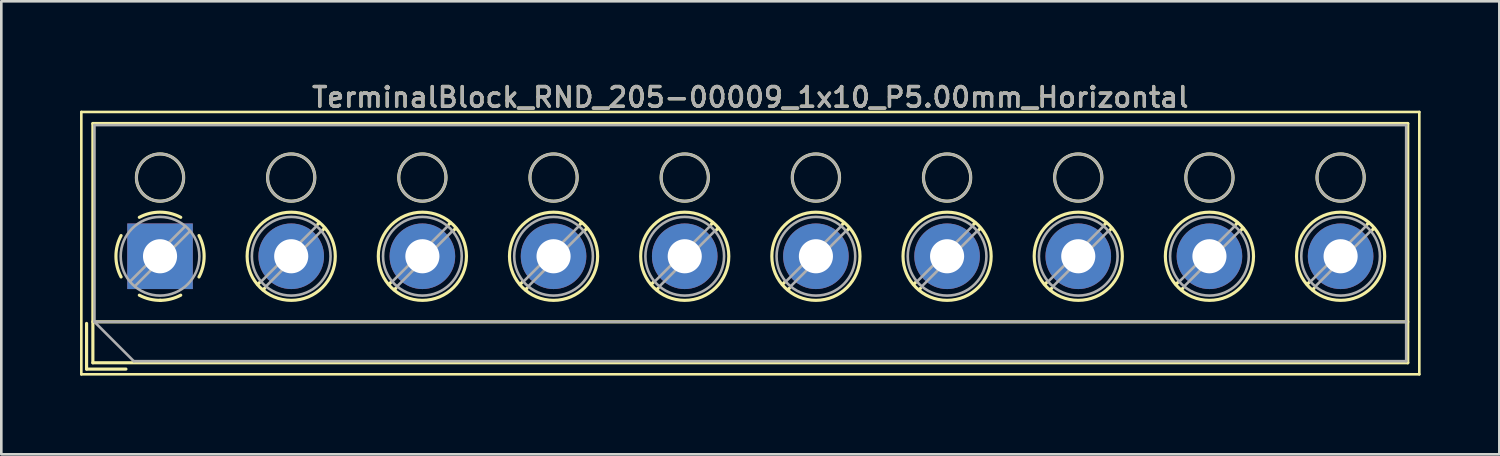
<source format=kicad_pcb>
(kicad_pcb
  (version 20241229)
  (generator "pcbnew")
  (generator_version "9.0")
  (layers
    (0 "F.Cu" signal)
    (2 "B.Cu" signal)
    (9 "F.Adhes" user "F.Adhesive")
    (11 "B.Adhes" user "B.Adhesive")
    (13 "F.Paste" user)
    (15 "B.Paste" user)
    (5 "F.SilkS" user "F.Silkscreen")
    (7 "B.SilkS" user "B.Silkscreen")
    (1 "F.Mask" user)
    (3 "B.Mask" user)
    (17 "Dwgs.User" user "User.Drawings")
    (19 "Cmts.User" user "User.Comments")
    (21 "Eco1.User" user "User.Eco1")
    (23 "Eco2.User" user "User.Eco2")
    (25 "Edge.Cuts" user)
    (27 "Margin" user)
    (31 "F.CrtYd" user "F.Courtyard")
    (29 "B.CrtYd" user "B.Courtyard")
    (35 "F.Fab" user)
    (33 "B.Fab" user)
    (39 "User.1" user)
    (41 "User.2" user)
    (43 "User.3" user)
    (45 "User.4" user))
  (footprint "TerminalBlock_RND_205-00009_1x10_P5.00mm_Horizontal"
    (layer "F.Cu")
    (at 3.05 6.718)
    (property "Reference" "TerminalBlock_RND_205-00009_1x10_P5.00mm_Horizontal" (at 22.5 -6.06 0) (layer "F.SilkS") (effects (font (size 0.75 0.75) (thickness 0.125))))
    (attr through_hole)
    (fp_line (start -3 -5.5) (end -3 4.5) (stroke (width 0.1) (type solid)) (layer "F.SilkS"))
    (fp_line (start -3 4.5) (end 48 4.5) (stroke (width 0.1) (type solid)) (layer "F.SilkS"))
    (fp_line (start -2.8 2.56) (end -2.8 4.3) (stroke (width 0.12) (type solid)) (layer "F.SilkS"))
    (fp_line (start -2.8 4.3) (end -1.3 4.3) (stroke (width 0.12) (type solid)) (layer "F.SilkS"))
    (fp_line (start -2.56 -5.06) (end -2.56 4.06) (stroke (width 0.12) (type solid)) (layer "F.SilkS"))
    (fp_line (start -2.56 -5.06) (end 47.56 -5.06) (stroke (width 0.12) (type solid)) (layer "F.SilkS"))
    (fp_line (start -2.56 2.5) (end 47.56 2.5) (stroke (width 0.12) (type solid)) (layer "F.SilkS"))
    (fp_line (start -2.56 4.06) (end 47.56 4.06) (stroke (width 0.12) (type solid)) (layer "F.SilkS"))
    (fp_line (start 3.82 0.976) (end 3.726 1.069) (stroke (width 0.12) (type solid)) (layer "F.SilkS"))
    (fp_line (start 3.99 1.216) (end 3.931 1.274) (stroke (width 0.12) (type solid)) (layer "F.SilkS"))
    (fp_line (start 6.07 -1.275) (end 6.011 -1.216) (stroke (width 0.12) (type solid)) (layer "F.SilkS"))
    (fp_line (start 6.275 -1.069) (end 6.181 -0.976) (stroke (width 0.12) (type solid)) (layer "F.SilkS"))
    (fp_line (start 8.82 0.976) (end 8.726 1.069) (stroke (width 0.12) (type solid)) (layer "F.SilkS"))
    (fp_line (start 8.99 1.216) (end 8.931 1.274) (stroke (width 0.12) (type solid)) (layer "F.SilkS"))
    (fp_line (start 11.07 -1.275) (end 11.011 -1.216) (stroke (width 0.12) (type solid)) (layer "F.SilkS"))
    (fp_line (start 11.275 -1.069) (end 11.181 -0.976) (stroke (width 0.12) (type solid)) (layer "F.SilkS"))
    (fp_line (start 13.82 0.976) (end 13.726 1.069) (stroke (width 0.12) (type solid)) (layer "F.SilkS"))
    (fp_line (start 13.99 1.216) (end 13.931 1.274) (stroke (width 0.12) (type solid)) (layer "F.SilkS"))
    (fp_line (start 16.07 -1.275) (end 16.011 -1.216) (stroke (width 0.12) (type solid)) (layer "F.SilkS"))
    (fp_line (start 16.275 -1.069) (end 16.181 -0.976) (stroke (width 0.12) (type solid)) (layer "F.SilkS"))
    (fp_line (start 18.82 0.976) (end 18.726 1.069) (stroke (width 0.12) (type solid)) (layer "F.SilkS"))
    (fp_line (start 18.99 1.216) (end 18.931 1.274) (stroke (width 0.12) (type solid)) (layer "F.SilkS"))
    (fp_line (start 21.07 -1.275) (end 21.011 -1.216) (stroke (width 0.12) (type solid)) (layer "F.SilkS"))
    (fp_line (start 21.275 -1.069) (end 21.181 -0.976) (stroke (width 0.12) (type solid)) (layer "F.SilkS"))
    (fp_line (start 23.82 0.976) (end 23.726 1.069) (stroke (width 0.12) (type solid)) (layer "F.SilkS"))
    (fp_line (start 23.99 1.216) (end 23.931 1.274) (stroke (width 0.12) (type solid)) (layer "F.SilkS"))
    (fp_line (start 26.07 -1.275) (end 26.011 -1.216) (stroke (width 0.12) (type solid)) (layer "F.SilkS"))
    (fp_line (start 26.275 -1.069) (end 26.181 -0.976) (stroke (width 0.12) (type solid)) (layer "F.SilkS"))
    (fp_line (start 28.82 0.976) (end 28.726 1.069) (stroke (width 0.12) (type solid)) (layer "F.SilkS"))
    (fp_line (start 28.99 1.216) (end 28.931 1.274) (stroke (width 0.12) (type solid)) (layer "F.SilkS"))
    (fp_line (start 31.07 -1.275) (end 31.011 -1.216) (stroke (width 0.12) (type solid)) (layer "F.SilkS"))
    (fp_line (start 31.275 -1.069) (end 31.181 -0.976) (stroke (width 0.12) (type solid)) (layer "F.SilkS"))
    (fp_line (start 33.82 0.976) (end 33.726 1.069) (stroke (width 0.12) (type solid)) (layer "F.SilkS"))
    (fp_line (start 33.99 1.216) (end 33.931 1.274) (stroke (width 0.12) (type solid)) (layer "F.SilkS"))
    (fp_line (start 36.07 -1.275) (end 36.011 -1.216) (stroke (width 0.12) (type solid)) (layer "F.SilkS"))
    (fp_line (start 36.275 -1.069) (end 36.181 -0.976) (stroke (width 0.12) (type solid)) (layer "F.SilkS"))
    (fp_line (start 38.82 0.976) (end 38.726 1.069) (stroke (width 0.12) (type solid)) (layer "F.SilkS"))
    (fp_line (start 38.99 1.216) (end 38.931 1.274) (stroke (width 0.12) (type solid)) (layer "F.SilkS"))
    (fp_line (start 41.07 -1.275) (end 41.011 -1.216) (stroke (width 0.12) (type solid)) (layer "F.SilkS"))
    (fp_line (start 41.275 -1.069) (end 41.181 -0.976) (stroke (width 0.12) (type solid)) (layer "F.SilkS"))
    (fp_line (start 43.82 0.976) (end 43.726 1.069) (stroke (width 0.12) (type solid)) (layer "F.SilkS"))
    (fp_line (start 43.99 1.216) (end 43.931 1.274) (stroke (width 0.12) (type solid)) (layer "F.SilkS"))
    (fp_line (start 46.07 -1.275) (end 46.011 -1.216) (stroke (width 0.12) (type solid)) (layer "F.SilkS"))
    (fp_line (start 46.275 -1.069) (end 46.181 -0.976) (stroke (width 0.12) (type solid)) (layer "F.SilkS"))
    (fp_line (start 47.56 -5.06) (end 47.56 4.06) (stroke (width 0.12) (type solid)) (layer "F.SilkS"))
    (fp_line (start 48 -5.5) (end -3 -5.5) (stroke (width 0.1) (type solid)) (layer "F.SilkS"))
    (fp_line (start 48 4.5) (end 48 -5.5) (stroke (width 0.1) (type solid)) (layer "F.SilkS"))
    (fp_arc (start -1.483953 0.789089) (mid -1.680708 0.00005) (end -1.484 -0.789) (stroke (width 0.12) (type solid)) (layer "F.SilkS"))
    (fp_arc (start -0.789089 -1.483953) (mid -0.00005 -1.680708) (end 0.789 -1.484) (stroke (width 0.12) (type solid)) (layer "F.SilkS"))
    (fp_arc (start 0.029383 1.68045) (mid -0.392304 1.634281) (end -0.789 1.484) (stroke (width 0.12) (type solid)) (layer "F.SilkS"))
    (fp_arc (start 0.788712 1.483352) (mid 0.406429 1.630097) (end 0 1.68) (stroke (width 0.12) (type solid)) (layer "F.SilkS"))
    (fp_arc (start 1.483953 -0.789089) (mid 1.680708 -0.00005) (end 1.484 0.789) (stroke (width 0.12) (type solid)) (layer "F.SilkS"))
    (fp_circle (center 0 -3) (end 0.9 -3) (stroke (width 0.12) (type solid)) (fill no) (layer "F.SilkS"))
    (fp_circle (center 5 -3) (end 5.9 -3) (stroke (width 0.12) (type solid)) (fill no) (layer "F.SilkS"))
    (fp_circle (center 5 0) (end 6.68 0) (stroke (width 0.12) (type solid)) (fill no) (layer "F.SilkS"))
    (fp_circle (center 10 -3) (end 10.9 -3) (stroke (width 0.12) (type solid)) (fill no) (layer "F.SilkS"))
    (fp_circle (center 10 0) (end 11.68 0) (stroke (width 0.12) (type solid)) (fill no) (layer "F.SilkS"))
    (fp_circle (center 15 -3) (end 15.9 -3) (stroke (width 0.12) (type solid)) (fill no) (layer "F.SilkS"))
    (fp_circle (center 15 0) (end 16.68 0) (stroke (width 0.12) (type solid)) (fill no) (layer "F.SilkS"))
    (fp_circle (center 20 -3) (end 20.9 -3) (stroke (width 0.12) (type solid)) (fill no) (layer "F.SilkS"))
    (fp_circle (center 20 0) (end 21.68 0) (stroke (width 0.12) (type solid)) (fill no) (layer "F.SilkS"))
    (fp_circle (center 25 -3) (end 25.9 -3) (stroke (width 0.12) (type solid)) (fill no) (layer "F.SilkS"))
    (fp_circle (center 25 0) (end 26.68 0) (stroke (width 0.12) (type solid)) (fill no) (layer "F.SilkS"))
    (fp_circle (center 30 -3) (end 30.9 -3) (stroke (width 0.12) (type solid)) (fill no) (layer "F.SilkS"))
    (fp_circle (center 30 0) (end 31.68 0) (stroke (width 0.12) (type solid)) (fill no) (layer "F.SilkS"))
    (fp_circle (center 35 -3) (end 35.9 -3) (stroke (width 0.12) (type solid)) (fill no) (layer "F.SilkS"))
    (fp_circle (center 35 0) (end 36.68 0) (stroke (width 0.12) (type solid)) (fill no) (layer "F.SilkS"))
    (fp_circle (center 40 -3) (end 40.9 -3) (stroke (width 0.12) (type solid)) (fill no) (layer "F.SilkS"))
    (fp_circle (center 40 0) (end 41.68 0) (stroke (width 0.12) (type solid)) (fill no) (layer "F.SilkS"))
    (fp_circle (center 45 -3) (end 45.9 -3) (stroke (width 0.12) (type solid)) (fill no) (layer "F.SilkS"))
    (fp_circle (center 45 0) (end 46.68 0) (stroke (width 0.12) (type solid)) (fill no) (layer "F.SilkS"))
    (fp_line (start -2.5 -5) (end 47.5 -5) (stroke (width 0.1) (type solid)) (layer "F.Fab"))
    (fp_line (start -2.5 2.5) (end -2.5 -5) (stroke (width 0.1) (type solid)) (layer "F.Fab"))
    (fp_line (start -2.5 2.5) (end 47.5 2.5) (stroke (width 0.1) (type solid)) (layer "F.Fab"))
    (fp_line (start -1 4) (end -2.5 2.5) (stroke (width 0.1) (type solid)) (layer "F.Fab"))
    (fp_line (start 0.955 -1.138) (end -1.138 0.955) (stroke (width 0.1) (type solid)) (layer "F.Fab"))
    (fp_line (start 1.138 -0.955) (end -0.955 1.138) (stroke (width 0.1) (type solid)) (layer "F.Fab"))
    (fp_line (start 5.955 -1.138) (end 3.863 0.955) (stroke (width 0.1) (type solid)) (layer "F.Fab"))
    (fp_line (start 6.138 -0.955) (end 4.046 1.138) (stroke (width 0.1) (type solid)) (layer "F.Fab"))
    (fp_line (start 10.955 -1.138) (end 8.863 0.955) (stroke (width 0.1) (type solid)) (layer "F.Fab"))
    (fp_line (start 11.138 -0.955) (end 9.046 1.138) (stroke (width 0.1) (type solid)) (layer "F.Fab"))
    (fp_line (start 15.955 -1.138) (end 13.863 0.955) (stroke (width 0.1) (type solid)) (layer "F.Fab"))
    (fp_line (start 16.138 -0.955) (end 14.046 1.138) (stroke (width 0.1) (type solid)) (layer "F.Fab"))
    (fp_line (start 20.955 -1.138) (end 18.863 0.955) (stroke (width 0.1) (type solid)) (layer "F.Fab"))
    (fp_line (start 21.138 -0.955) (end 19.046 1.138) (stroke (width 0.1) (type solid)) (layer "F.Fab"))
    (fp_line (start 25.955 -1.138) (end 23.863 0.955) (stroke (width 0.1) (type solid)) (layer "F.Fab"))
    (fp_line (start 26.138 -0.955) (end 24.046 1.138) (stroke (width 0.1) (type solid)) (layer "F.Fab"))
    (fp_line (start 30.955 -1.138) (end 28.863 0.955) (stroke (width 0.1) (type solid)) (layer "F.Fab"))
    (fp_line (start 31.138 -0.955) (end 29.046 1.138) (stroke (width 0.1) (type solid)) (layer "F.Fab"))
    (fp_line (start 35.955 -1.138) (end 33.863 0.955) (stroke (width 0.1) (type solid)) (layer "F.Fab"))
    (fp_line (start 36.138 -0.955) (end 34.046 1.138) (stroke (width 0.1) (type solid)) (layer "F.Fab"))
    (fp_line (start 40.955 -1.138) (end 38.863 0.955) (stroke (width 0.1) (type solid)) (layer "F.Fab"))
    (fp_line (start 41.138 -0.955) (end 39.046 1.138) (stroke (width 0.1) (type solid)) (layer "F.Fab"))
    (fp_line (start 45.955 -1.138) (end 43.863 0.955) (stroke (width 0.1) (type solid)) (layer "F.Fab"))
    (fp_line (start 46.138 -0.955) (end 44.046 1.138) (stroke (width 0.1) (type solid)) (layer "F.Fab"))
    (fp_line (start 47.5 -5) (end 47.5 4) (stroke (width 0.1) (type solid)) (layer "F.Fab"))
    (fp_line (start 47.5 4) (end -1 4) (stroke (width 0.1) (type solid)) (layer "F.Fab"))
    (fp_circle (center 0 -3) (end 0.9 -3) (stroke (width 0.1) (type solid)) (fill no) (layer "F.Fab"))
    (fp_circle (center 0 0) (end 1.5 0) (stroke (width 0.1) (type solid)) (fill no) (layer "F.Fab"))
    (fp_circle (center 5 -3) (end 5.9 -3) (stroke (width 0.1) (type solid)) (fill no) (layer "F.Fab"))
    (fp_circle (center 5 0) (end 6.5 0) (stroke (width 0.1) (type solid)) (fill no) (layer "F.Fab"))
    (fp_circle (center 10 -3) (end 10.9 -3) (stroke (width 0.1) (type solid)) (fill no) (layer "F.Fab"))
    (fp_circle (center 10 0) (end 11.5 0) (stroke (width 0.1) (type solid)) (fill no) (layer "F.Fab"))
    (fp_circle (center 15 -3) (end 15.9 -3) (stroke (width 0.1) (type solid)) (fill no) (layer "F.Fab"))
    (fp_circle (center 15 0) (end 16.5 0) (stroke (width 0.1) (type solid)) (fill no) (layer "F.Fab"))
    (fp_circle (center 20 -3) (end 20.9 -3) (stroke (width 0.1) (type solid)) (fill no) (layer "F.Fab"))
    (fp_circle (center 20 0) (end 21.5 0) (stroke (width 0.1) (type solid)) (fill no) (layer "F.Fab"))
    (fp_circle (center 25 -3) (end 25.9 -3) (stroke (width 0.1) (type solid)) (fill no) (layer "F.Fab"))
    (fp_circle (center 25 0) (end 26.5 0) (stroke (width 0.1) (type solid)) (fill no) (layer "F.Fab"))
    (fp_circle (center 30 -3) (end 30.9 -3) (stroke (width 0.1) (type solid)) (fill no) (layer "F.Fab"))
    (fp_circle (center 30 0) (end 31.5 0) (stroke (width 0.1) (type solid)) (fill no) (layer "F.Fab"))
    (fp_circle (center 35 -3) (end 35.9 -3) (stroke (width 0.1) (type solid)) (fill no) (layer "F.Fab"))
    (fp_circle (center 35 0) (end 36.5 0) (stroke (width 0.1) (type solid)) (fill no) (layer "F.Fab"))
    (fp_circle (center 40 -3) (end 40.9 -3) (stroke (width 0.1) (type solid)) (fill no) (layer "F.Fab"))
    (fp_circle (center 40 0) (end 41.5 0) (stroke (width 0.1) (type solid)) (fill no) (layer "F.Fab"))
    (fp_circle (center 45 -3) (end 45.9 -3) (stroke (width 0.1) (type solid)) (fill no) (layer "F.Fab"))
    (fp_circle (center 45 0) (end 46.5 0) (stroke (width 0.1) (type solid)) (fill no) (layer "F.Fab"))
    (fp_text user "${REFERENCE}" (at 22.5 -6.06 0) (layer "F.Fab") (effects (font (size 0.75 0.75) (thickness 0.125))))
    (pad "1" thru_hole rect (at 0 0) (size 2.5 2.5) (drill 1.3) (layers "*.Cu" "*.Mask"))
    (pad "2" thru_hole circle (at 5 0) (size 2.5 2.5) (drill 1.3) (layers "*.Cu" "*.Mask"))
    (pad "3" thru_hole circle (at 10 0) (size 2.5 2.5) (drill 1.3) (layers "*.Cu" "*.Mask"))
    (pad "4" thru_hole circle (at 15 0) (size 2.5 2.5) (drill 1.3) (layers "*.Cu" "*.Mask"))
    (pad "5" thru_hole circle (at 20 0) (size 2.5 2.5) (drill 1.3) (layers "*.Cu" "*.Mask"))
    (pad "6" thru_hole circle (at 25 0) (size 2.5 2.5) (drill 1.3) (layers "*.Cu" "*.Mask"))
    (pad "7" thru_hole circle (at 30 0) (size 2.5 2.5) (drill 1.3) (layers "*.Cu" "*.Mask"))
    (pad "8" thru_hole circle (at 35 0) (size 2.5 2.5) (drill 1.3) (layers "*.Cu" "*.Mask"))
    (pad "9" thru_hole circle (at 40 0) (size 2.5 2.5) (drill 1.3) (layers "*.Cu" "*.Mask"))
    (pad "10" thru_hole circle (at 45 0) (size 2.5 2.5) (drill 1.3) (layers "*.Cu" "*.Mask")))
  (gr_rect
    (start -3 -3)
    (end 54.1 14.268)
    (stroke (width 0.1) (type default))
    (fill no)
    (layer "Edge.Cuts")))
</source>
